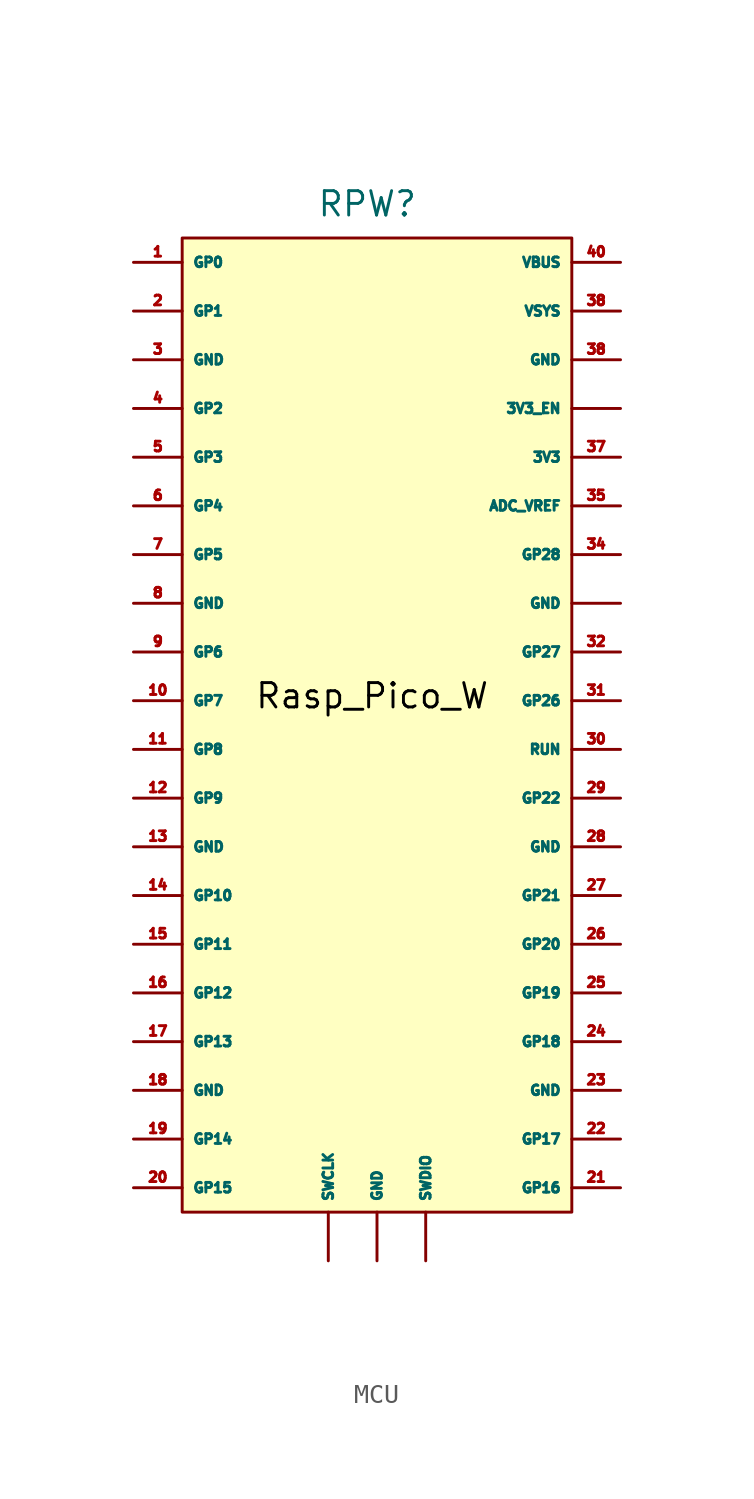
<source format=kicad_sym>
(kicad_symbol_lib
  (version 20231120)
  (generator "kicad_symbol_editor")
  (generator_version "8.0")
  (symbol "MCU"
    (property "Reference" "RPW"
      (at 9.652 1.778 0)
      (effects (font (size 1.27 1.27))))
    (property "Value" ""
      (at 0 0 0)
      (effects (font (size 1.27 1.27))))
    (symbol "MCU_1_1"
      (rectangle (start 0 0) (end 20.32 -50.8) (stroke (width 0) (type default)) (fill (type background)))
      (text "Rasp_Pico_W" (at 9.906 -23.876 0) (effects (font (size 1.27 1.27) (color 0 0 0 1))))
      (pin power_in line (at 22.86 -8.89 180) (length 2.54) (name "3V3_EN" (effects (font (size 0.508 0.508)))) (number "" (effects (font (size 0.508 0.508)))))
      (pin power_out line (at 10.16 -53.34 90) (length 2.54) (name "GND" (effects (font (size 0.508 0.508)))) (number "" (effects (font (size 0.508 0.508)))))
      (pin power_out line (at 22.86 -19.05 180) (length 2.54) (name "GND" (effects (font (size 0.508 0.508)))) (number "" (effects (font (size 0.508 0.508)))))
      (pin input line (at 7.62 -53.34 90) (length 2.54) (name "SWCLK" (effects (font (size 0.508 0.508)))) (number "" (effects (font (size 0.508 0.508)))))
      (pin input line (at 12.7 -53.34 90) (length 2.54) (name "SWDIO" (effects (font (size 0.508 0.508)))) (number "" (effects (font (size 0.508 0.508)))))
      (pin bidirectional line (at -2.54 -1.27 0) (length 2.54) (name "GP0" (effects (font (size 0.508 0.508)))) (number "1" (effects (font (size 0.508 0.508)))))
      (pin bidirectional line (at -2.54 -24.13 0) (length 2.54) (name "GP7" (effects (font (size 0.508 0.508)))) (number "10" (effects (font (size 0.508 0.508)))))
      (pin bidirectional line (at -2.54 -26.67 0) (length 2.54) (name "GP8" (effects (font (size 0.508 0.508)))) (number "11" (effects (font (size 0.508 0.508)))))
      (pin bidirectional line (at -2.54 -29.21 0) (length 2.54) (name "GP9" (effects (font (size 0.508 0.508)))) (number "12" (effects (font (size 0.508 0.508)))))
      (pin power_out line (at -2.54 -31.75 0) (length 2.54) (name "GND" (effects (font (size 0.508 0.508)))) (number "13" (effects (font (size 0.508 0.508)))))
      (pin bidirectional line (at -2.54 -34.29 0) (length 2.54) (name "GP10" (effects (font (size 0.508 0.508)))) (number "14" (effects (font (size 0.508 0.508)))))
      (pin bidirectional line (at -2.54 -36.83 0) (length 2.54) (name "GP11" (effects (font (size 0.508 0.508)))) (number "15" (effects (font (size 0.508 0.508)))))
      (pin bidirectional line (at -2.54 -39.37 0) (length 2.54) (name "GP12" (effects (font (size 0.508 0.508)))) (number "16" (effects (font (size 0.508 0.508)))))
      (pin bidirectional line (at -2.54 -41.91 0) (length 2.54) (name "GP13" (effects (font (size 0.508 0.508)))) (number "17" (effects (font (size 0.508 0.508)))))
      (pin power_out line (at -2.54 -44.45 0) (length 2.54) (name "GND" (effects (font (size 0.508 0.508)))) (number "18" (effects (font (size 0.508 0.508)))))
      (pin bidirectional line (at -2.54 -46.99 0) (length 2.54) (name "GP14" (effects (font (size 0.508 0.508)))) (number "19" (effects (font (size 0.508 0.508)))))
      (pin bidirectional line (at -2.54 -3.81 0) (length 2.54) (name "GP1" (effects (font (size 0.508 0.508)))) (number "2" (effects (font (size 0.508 0.508)))))
      (pin bidirectional line (at -2.54 -49.53 0) (length 2.54) (name "GP15" (effects (font (size 0.508 0.508)))) (number "20" (effects (font (size 0.508 0.508)))))
      (pin bidirectional line (at 22.86 -49.53 180) (length 2.54) (name "GP16" (effects (font (size 0.508 0.508)))) (number "21" (effects (font (size 0.508 0.508)))))
      (pin bidirectional line (at 22.86 -46.99 180) (length 2.54) (name "GP17" (effects (font (size 0.508 0.508)))) (number "22" (effects (font (size 0.508 0.508)))))
      (pin power_out line (at 22.86 -44.45 180) (length 2.54) (name "GND" (effects (font (size 0.508 0.508)))) (number "23" (effects (font (size 0.508 0.508)))))
      (pin bidirectional line (at 22.86 -41.91 180) (length 2.54) (name "GP18" (effects (font (size 0.508 0.508)))) (number "24" (effects (font (size 0.508 0.508)))))
      (pin bidirectional line (at 22.86 -39.37 180) (length 2.54) (name "GP19" (effects (font (size 0.508 0.508)))) (number "25" (effects (font (size 0.508 0.508)))))
      (pin bidirectional line (at 22.86 -36.83 180) (length 2.54) (name "GP20" (effects (font (size 0.508 0.508)))) (number "26" (effects (font (size 0.508 0.508)))))
      (pin bidirectional line (at 22.86 -34.29 180) (length 2.54) (name "GP21" (effects (font (size 0.508 0.508)))) (number "27" (effects (font (size 0.508 0.508)))))
      (pin power_out line (at 22.86 -31.75 180) (length 2.54) (name "GND" (effects (font (size 0.508 0.508)))) (number "28" (effects (font (size 0.508 0.508)))))
      (pin bidirectional line (at 22.86 -29.21 180) (length 2.54) (name "GP22" (effects (font (size 0.508 0.508)))) (number "29" (effects (font (size 0.508 0.508)))))
      (pin power_out line (at -2.54 -6.35 0) (length 2.54) (name "GND" (effects (font (size 0.508 0.508)))) (number "3" (effects (font (size 0.508 0.508)))))
      (pin input line (at 22.86 -26.67 180) (length 2.54) (name "RUN" (effects (font (size 0.508 0.508)))) (number "30" (effects (font (size 0.508 0.508)))))
      (pin input line (at 22.86 -24.13 180) (length 2.54) (name "GP26" (effects (font (size 0.508 0.508)))) (number "31" (effects (font (size 0.508 0.508)))))
      (pin input line (at 22.86 -21.59 180) (length 2.54) (name "GP27" (effects (font (size 0.508 0.508)))) (number "32" (effects (font (size 0.508 0.508)))))
      (pin bidirectional line (at 22.86 -16.51 180) (length 2.54) (name "GP28" (effects (font (size 0.508 0.508)))) (number "34" (effects (font (size 0.508 0.508)))))
      (pin power_out line (at 22.86 -13.97 180) (length 2.54) (name "ADC_VREF" (effects (font (size 0.508 0.508)))) (number "35" (effects (font (size 0.508 0.508)))))
      (pin power_out line (at 22.86 -11.43 180) (length 2.54) (name "3V3" (effects (font (size 0.508 0.508)))) (number "37" (effects (font (size 0.508 0.508)))))
      (pin power_out line (at 22.86 -6.35 180) (length 2.54) (name "GND" (effects (font (size 0.508 0.508)))) (number "38" (effects (font (size 0.508 0.508)))))
      (pin input line (at 22.86 -3.81 180) (length 2.54) (name "VSYS" (effects (font (size 0.508 0.508)))) (number "38" (effects (font (size 0.508 0.508)))))
      (pin bidirectional line (at -2.54 -8.89 0) (length 2.54) (name "GP2" (effects (font (size 0.508 0.508)))) (number "4" (effects (font (size 0.508 0.508)))))
      (pin input line (at 22.86 -1.27 180) (length 2.54) (name "VBUS" (effects (font (size 0.508 0.508)))) (number "40" (effects (font (size 0.508 0.508)))))
      (pin bidirectional line (at -2.54 -11.43 0) (length 2.54) (name "GP3" (effects (font (size 0.508 0.508)))) (number "5" (effects (font (size 0.508 0.508)))))
      (pin bidirectional line (at -2.54 -13.97 0) (length 2.54) (name "GP4" (effects (font (size 0.508 0.508)))) (number "6" (effects (font (size 0.508 0.508)))))
      (pin bidirectional line (at -2.54 -16.51 0) (length 2.54) (name "GP5" (effects (font (size 0.508 0.508)))) (number "7" (effects (font (size 0.508 0.508)))))
      (pin power_out line (at -2.54 -19.05 0) (length 2.54) (name "GND" (effects (font (size 0.508 0.508)))) (number "8" (effects (font (size 0.508 0.508)))))
      (pin bidirectional line (at -2.54 -21.59 0) (length 2.54) (name "GP6" (effects (font (size 0.508 0.508)))) (number "9" (effects (font (size 0.508 0.508))))))))
</source>
